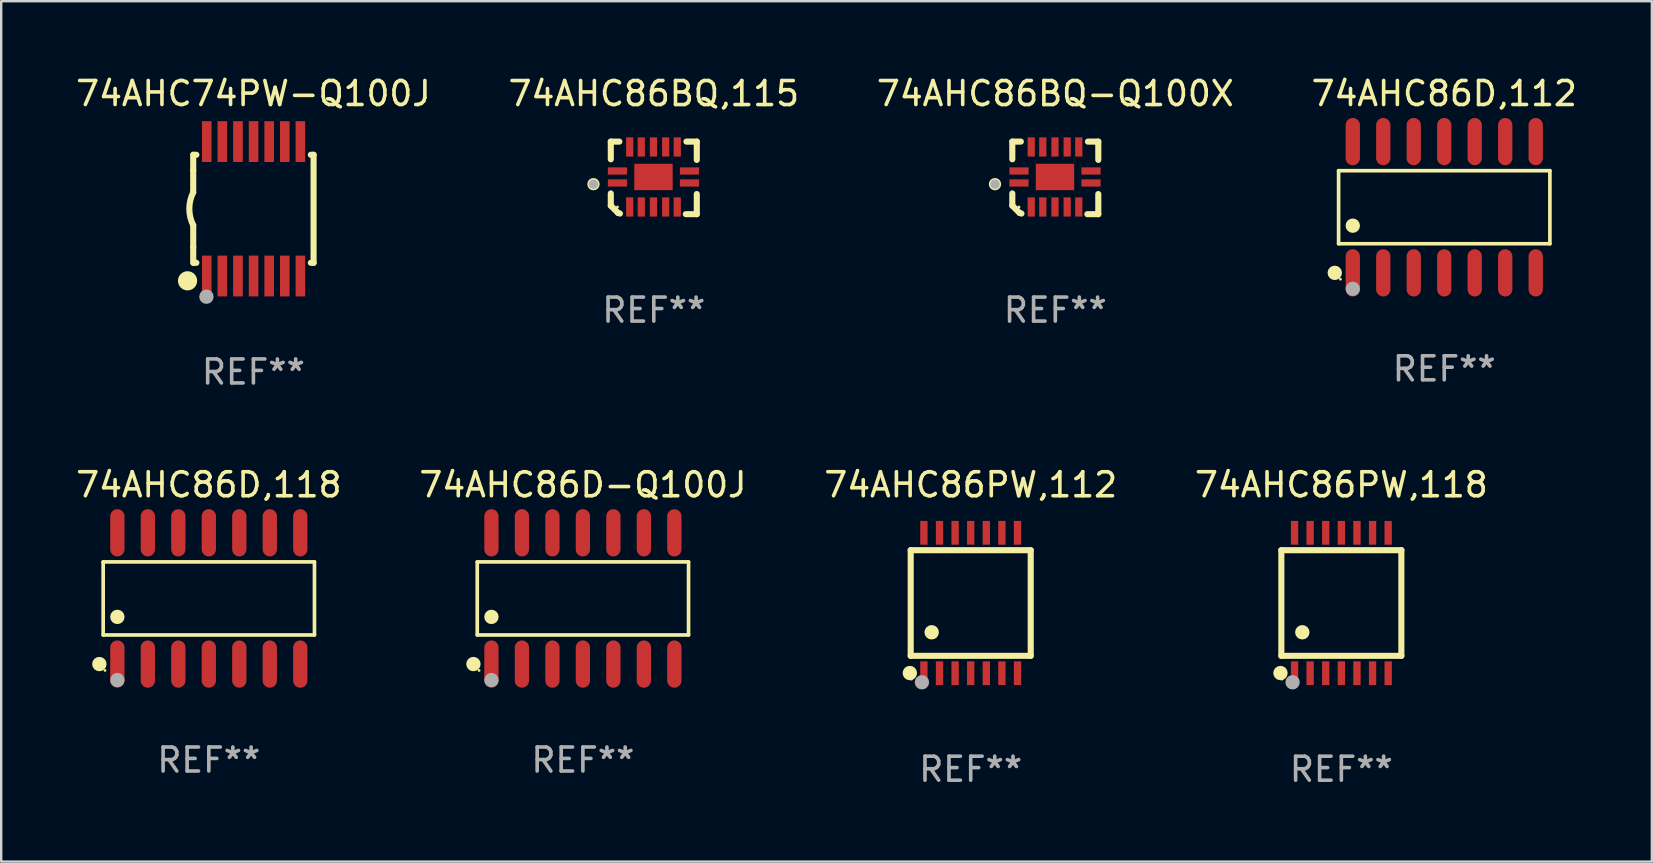
<source format=kicad_pcb>
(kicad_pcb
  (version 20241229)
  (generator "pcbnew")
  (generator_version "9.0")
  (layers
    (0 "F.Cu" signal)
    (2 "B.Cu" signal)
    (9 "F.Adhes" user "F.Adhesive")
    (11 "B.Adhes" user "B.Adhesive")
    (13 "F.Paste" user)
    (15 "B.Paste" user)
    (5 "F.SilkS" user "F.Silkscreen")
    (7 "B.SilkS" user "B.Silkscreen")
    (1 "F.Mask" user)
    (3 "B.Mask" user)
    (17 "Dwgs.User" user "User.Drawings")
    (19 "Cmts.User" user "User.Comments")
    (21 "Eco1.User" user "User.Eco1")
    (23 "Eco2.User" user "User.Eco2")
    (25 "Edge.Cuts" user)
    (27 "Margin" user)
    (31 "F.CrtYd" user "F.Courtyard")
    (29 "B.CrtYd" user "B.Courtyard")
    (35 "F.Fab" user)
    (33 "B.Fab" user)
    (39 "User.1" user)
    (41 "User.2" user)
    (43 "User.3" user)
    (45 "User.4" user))
  (footprint "74AHC86PW,112"
    (layer "F.Cu")
    (at 37.387 22.07)
    (property "Reference" "74AHC86PW,112" (at 0 -4.925 0) (layer "F.SilkS") (effects (font (size 1 1) (thickness 0.15))))
    (attr through_hole)
    (fp_line (start -2.5 2.2) (end -2.5 -2.2) (stroke (width 0.254) (type solid)) (layer "F.SilkS"))
    (fp_line (start -2.5 2.2) (end 2.5 2.2) (stroke (width 0.254) (type solid)) (layer "F.SilkS"))
    (fp_line (start 2.5 -2.2) (end -2.5 -2.2) (stroke (width 0.254) (type solid)) (layer "F.SilkS"))
    (fp_line (start 2.5 -2.2) (end 2.5 2.2) (stroke (width 0.254) (type solid)) (layer "F.SilkS"))
    (fp_circle (center -2.536 2.917) (end -2.386 2.917) (stroke (width 0.3) (type solid)) (fill no) (layer "F.SilkS"))
    (fp_circle (center -2.47 3.17) (end -2.44 3.17) (stroke (width 0.06) (type solid)) (fill no) (layer "F.SilkS"))
    (fp_circle (center -1.626 1.219) (end -1.475 1.219) (stroke (width 0.3) (type solid)) (fill no) (layer "F.SilkS"))
    (fp_circle (center -2.032 3.302) (end -1.882 3.302) (stroke (width 0.3) (type solid)) (fill no) (layer "F.Fab"))
    (fp_text user "REF**" (at 0 6.925 0) (layer "F.Fab") (effects (font (size 1 1) (thickness 0.15))))
    (pad "1" smd rect (at -1.95 2.925) (size 0.305 0.991) (layers "F.Cu" "F.Mask" "F.Paste"))
    (pad "2" smd rect (at -1.3 2.925) (size 0.305 0.991) (layers "F.Cu" "F.Mask" "F.Paste"))
    (pad "3" smd rect (at -0.65 2.925) (size 0.305 0.991) (layers "F.Cu" "F.Mask" "F.Paste"))
    (pad "4" smd rect (at 0 2.925) (size 0.305 0.991) (layers "F.Cu" "F.Mask" "F.Paste"))
    (pad "5" smd rect (at 0.65 2.925) (size 0.305 0.991) (layers "F.Cu" "F.Mask" "F.Paste"))
    (pad "6" smd rect (at 1.3 2.925) (size 0.305 0.991) (layers "F.Cu" "F.Mask" "F.Paste"))
    (pad "7" smd rect (at 1.95 2.925) (size 0.305 0.991) (layers "F.Cu" "F.Mask" "F.Paste"))
    (pad "8" smd rect (at 1.95 -2.925) (size 0.305 0.991) (layers "F.Cu" "F.Mask" "F.Paste"))
    (pad "9" smd rect (at 1.3 -2.925) (size 0.305 0.991) (layers "F.Cu" "F.Mask" "F.Paste"))
    (pad "10" smd rect (at 0.65 -2.925) (size 0.305 0.991) (layers "F.Cu" "F.Mask" "F.Paste"))
    (pad "11" smd rect (at 0 -2.925) (size 0.305 0.991) (layers "F.Cu" "F.Mask" "F.Paste"))
    (pad "12" smd rect (at -0.65 -2.925) (size 0.305 0.991) (layers "F.Cu" "F.Mask" "F.Paste"))
    (pad "13" smd rect (at -1.3 -2.925) (size 0.305 0.991) (layers "F.Cu" "F.Mask" "F.Paste"))
    (pad "14" smd rect (at -1.95 -2.925) (size 0.305 0.991) (layers "F.Cu" "F.Mask" "F.Paste")))
  (footprint "74AHC86D-Q100J"
    (layer "F.Cu")
    (at 21.232 21.879)
    (property "Reference" "74AHC86D-Q100J" (at 0 -4.734 0) (layer "F.SilkS") (effects (font (size 1 1) (thickness 0.15))))
    (attr through_hole)
    (fp_line (start -4.401 -1.521) (end 4.401 -1.521) (stroke (width 0.152) (type solid)) (layer "F.SilkS"))
    (fp_line (start -4.401 1.521) (end -4.401 -1.521) (stroke (width 0.152) (type solid)) (layer "F.SilkS"))
    (fp_line (start 4.401 -1.521) (end 4.401 1.521) (stroke (width 0.152) (type solid)) (layer "F.SilkS"))
    (fp_line (start 4.401 1.521) (end -4.401 1.521) (stroke (width 0.152) (type solid)) (layer "F.SilkS"))
    (fp_circle (center -4.56 2.734) (end -4.41 2.734) (stroke (width 0.3) (type solid)) (fill no) (layer "F.SilkS"))
    (fp_circle (center -4.325 3) (end -4.295 3) (stroke (width 0.06) (type solid)) (fill no) (layer "F.SilkS"))
    (fp_circle (center -3.81 0.769) (end -3.66 0.769) (stroke (width 0.3) (type solid)) (fill no) (layer "F.SilkS"))
    (fp_circle (center -3.81 3.4) (end -3.66 3.4) (stroke (width 0.3) (type solid)) (fill no) (layer "F.Fab"))
    (fp_text user "REF**" (at 0 6.734 0) (layer "F.Fab") (effects (font (size 1 1) (thickness 0.15))))
    (pad "1" smd oval (at -3.81 2.734) (size 0.595 1.968) (layers "F.Cu" "F.Mask" "F.Paste"))
    (pad "2" smd oval (at -2.54 2.734) (size 0.595 1.968) (layers "F.Cu" "F.Mask" "F.Paste"))
    (pad "3" smd oval (at -1.27 2.734) (size 0.595 1.968) (layers "F.Cu" "F.Mask" "F.Paste"))
    (pad "4" smd oval (at 0 2.734) (size 0.595 1.968) (layers "F.Cu" "F.Mask" "F.Paste"))
    (pad "5" smd oval (at 1.27 2.734) (size 0.595 1.968) (layers "F.Cu" "F.Mask" "F.Paste"))
    (pad "6" smd oval (at 2.54 2.734) (size 0.595 1.968) (layers "F.Cu" "F.Mask" "F.Paste"))
    (pad "7" smd oval (at 3.81 2.734) (size 0.595 1.968) (layers "F.Cu" "F.Mask" "F.Paste"))
    (pad "8" smd oval (at 3.81 -2.734) (size 0.595 1.968) (layers "F.Cu" "F.Mask" "F.Paste"))
    (pad "9" smd oval (at 2.54 -2.734) (size 0.595 1.968) (layers "F.Cu" "F.Mask" "F.Paste"))
    (pad "10" smd oval (at 1.27 -2.734) (size 0.595 1.968) (layers "F.Cu" "F.Mask" "F.Paste"))
    (pad "11" smd oval (at 0 -2.734) (size 0.595 1.968) (layers "F.Cu" "F.Mask" "F.Paste"))
    (pad "12" smd oval (at -1.27 -2.734) (size 0.595 1.968) (layers "F.Cu" "F.Mask" "F.Paste"))
    (pad "13" smd oval (at -2.54 -2.734) (size 0.595 1.968) (layers "F.Cu" "F.Mask" "F.Paste"))
    (pad "14" smd oval (at -3.81 -2.734) (size 0.595 1.968) (layers "F.Cu" "F.Mask" "F.Paste")))
  (footprint "74AHC86D,112"
    (layer "F.Cu")
    (at 57.113 5.582)
    (property "Reference" "74AHC86D,112" (at 0 -4.734 0) (layer "F.SilkS") (effects (font (size 1 1) (thickness 0.15))))
    (attr through_hole)
    (fp_line (start -4.401 -1.521) (end 4.401 -1.521) (stroke (width 0.152) (type solid)) (layer "F.SilkS"))
    (fp_line (start -4.401 1.521) (end -4.401 -1.521) (stroke (width 0.152) (type solid)) (layer "F.SilkS"))
    (fp_line (start 4.401 -1.521) (end 4.401 1.521) (stroke (width 0.152) (type solid)) (layer "F.SilkS"))
    (fp_line (start 4.401 1.521) (end -4.401 1.521) (stroke (width 0.152) (type solid)) (layer "F.SilkS"))
    (fp_circle (center -4.56 2.734) (end -4.41 2.734) (stroke (width 0.3) (type solid)) (fill no) (layer "F.SilkS"))
    (fp_circle (center -4.325 3) (end -4.295 3) (stroke (width 0.06) (type solid)) (fill no) (layer "F.SilkS"))
    (fp_circle (center -3.81 0.769) (end -3.66 0.769) (stroke (width 0.3) (type solid)) (fill no) (layer "F.SilkS"))
    (fp_circle (center -3.81 3.4) (end -3.66 3.4) (stroke (width 0.3) (type solid)) (fill no) (layer "F.Fab"))
    (fp_text user "REF**" (at 0 6.734 0) (layer "F.Fab") (effects (font (size 1 1) (thickness 0.15))))
    (pad "1" smd oval (at -3.81 2.734) (size 0.595 1.968) (layers "F.Cu" "F.Mask" "F.Paste"))
    (pad "2" smd oval (at -2.54 2.734) (size 0.595 1.968) (layers "F.Cu" "F.Mask" "F.Paste"))
    (pad "3" smd oval (at -1.27 2.734) (size 0.595 1.968) (layers "F.Cu" "F.Mask" "F.Paste"))
    (pad "4" smd oval (at 0 2.734) (size 0.595 1.968) (layers "F.Cu" "F.Mask" "F.Paste"))
    (pad "5" smd oval (at 1.27 2.734) (size 0.595 1.968) (layers "F.Cu" "F.Mask" "F.Paste"))
    (pad "6" smd oval (at 2.54 2.734) (size 0.595 1.968) (layers "F.Cu" "F.Mask" "F.Paste"))
    (pad "7" smd oval (at 3.81 2.734) (size 0.595 1.968) (layers "F.Cu" "F.Mask" "F.Paste"))
    (pad "8" smd oval (at 3.81 -2.734) (size 0.595 1.968) (layers "F.Cu" "F.Mask" "F.Paste"))
    (pad "9" smd oval (at 2.54 -2.734) (size 0.595 1.968) (layers "F.Cu" "F.Mask" "F.Paste"))
    (pad "10" smd oval (at 1.27 -2.734) (size 0.595 1.968) (layers "F.Cu" "F.Mask" "F.Paste"))
    (pad "11" smd oval (at 0 -2.734) (size 0.595 1.968) (layers "F.Cu" "F.Mask" "F.Paste"))
    (pad "12" smd oval (at -1.27 -2.734) (size 0.595 1.968) (layers "F.Cu" "F.Mask" "F.Paste"))
    (pad "13" smd oval (at -2.54 -2.734) (size 0.595 1.968) (layers "F.Cu" "F.Mask" "F.Paste"))
    (pad "14" smd oval (at -3.81 -2.734) (size 0.595 1.968) (layers "F.Cu" "F.Mask" "F.Paste")))
  (footprint "74AHC86PW,118"
    (layer "F.Cu")
    (at 52.827 22.07)
    (property "Reference" "74AHC86PW,118" (at 0 -4.925 0) (layer "F.SilkS") (effects (font (size 1 1) (thickness 0.15))))
    (attr through_hole)
    (fp_line (start -2.5 2.2) (end -2.5 -2.2) (stroke (width 0.254) (type solid)) (layer "F.SilkS"))
    (fp_line (start -2.5 2.2) (end 2.5 2.2) (stroke (width 0.254) (type solid)) (layer "F.SilkS"))
    (fp_line (start 2.5 -2.2) (end -2.5 -2.2) (stroke (width 0.254) (type solid)) (layer "F.SilkS"))
    (fp_line (start 2.5 -2.2) (end 2.5 2.2) (stroke (width 0.254) (type solid)) (layer "F.SilkS"))
    (fp_circle (center -2.536 2.917) (end -2.386 2.917) (stroke (width 0.3) (type solid)) (fill no) (layer "F.SilkS"))
    (fp_circle (center -2.47 3.17) (end -2.44 3.17) (stroke (width 0.06) (type solid)) (fill no) (layer "F.SilkS"))
    (fp_circle (center -1.626 1.219) (end -1.475 1.219) (stroke (width 0.3) (type solid)) (fill no) (layer "F.SilkS"))
    (fp_circle (center -2.032 3.302) (end -1.882 3.302) (stroke (width 0.3) (type solid)) (fill no) (layer "F.Fab"))
    (fp_text user "REF**" (at 0 6.925 0) (layer "F.Fab") (effects (font (size 1 1) (thickness 0.15))))
    (pad "1" smd rect (at -1.95 2.925) (size 0.305 0.991) (layers "F.Cu" "F.Mask" "F.Paste"))
    (pad "2" smd rect (at -1.3 2.925) (size 0.305 0.991) (layers "F.Cu" "F.Mask" "F.Paste"))
    (pad "3" smd rect (at -0.65 2.925) (size 0.305 0.991) (layers "F.Cu" "F.Mask" "F.Paste"))
    (pad "4" smd rect (at 0 2.925) (size 0.305 0.991) (layers "F.Cu" "F.Mask" "F.Paste"))
    (pad "5" smd rect (at 0.65 2.925) (size 0.305 0.991) (layers "F.Cu" "F.Mask" "F.Paste"))
    (pad "6" smd rect (at 1.3 2.925) (size 0.305 0.991) (layers "F.Cu" "F.Mask" "F.Paste"))
    (pad "7" smd rect (at 1.95 2.925) (size 0.305 0.991) (layers "F.Cu" "F.Mask" "F.Paste"))
    (pad "8" smd rect (at 1.95 -2.925) (size 0.305 0.991) (layers "F.Cu" "F.Mask" "F.Paste"))
    (pad "9" smd rect (at 1.3 -2.925) (size 0.305 0.991) (layers "F.Cu" "F.Mask" "F.Paste"))
    (pad "10" smd rect (at 0.65 -2.925) (size 0.305 0.991) (layers "F.Cu" "F.Mask" "F.Paste"))
    (pad "11" smd rect (at 0 -2.925) (size 0.305 0.991) (layers "F.Cu" "F.Mask" "F.Paste"))
    (pad "12" smd rect (at -0.65 -2.925) (size 0.305 0.991) (layers "F.Cu" "F.Mask" "F.Paste"))
    (pad "13" smd rect (at -1.3 -2.925) (size 0.305 0.991) (layers "F.Cu" "F.Mask" "F.Paste"))
    (pad "14" smd rect (at -1.95 -2.925) (size 0.305 0.991) (layers "F.Cu" "F.Mask" "F.Paste")))
  (footprint "74AHC86D,118"
    (layer "F.Cu")
    (at 5.649 21.879)
    (property "Reference" "74AHC86D,118" (at 0 -4.734 0) (layer "F.SilkS") (effects (font (size 1 1) (thickness 0.15))))
    (attr through_hole)
    (fp_line (start -4.401 -1.521) (end 4.401 -1.521) (stroke (width 0.152) (type solid)) (layer "F.SilkS"))
    (fp_line (start -4.401 1.521) (end -4.401 -1.521) (stroke (width 0.152) (type solid)) (layer "F.SilkS"))
    (fp_line (start 4.401 -1.521) (end 4.401 1.521) (stroke (width 0.152) (type solid)) (layer "F.SilkS"))
    (fp_line (start 4.401 1.521) (end -4.401 1.521) (stroke (width 0.152) (type solid)) (layer "F.SilkS"))
    (fp_circle (center -4.56 2.734) (end -4.41 2.734) (stroke (width 0.3) (type solid)) (fill no) (layer "F.SilkS"))
    (fp_circle (center -4.325 3) (end -4.295 3) (stroke (width 0.06) (type solid)) (fill no) (layer "F.SilkS"))
    (fp_circle (center -3.81 0.769) (end -3.66 0.769) (stroke (width 0.3) (type solid)) (fill no) (layer "F.SilkS"))
    (fp_circle (center -3.81 3.4) (end -3.66 3.4) (stroke (width 0.3) (type solid)) (fill no) (layer "F.Fab"))
    (fp_text user "REF**" (at 0 6.734 0) (layer "F.Fab") (effects (font (size 1 1) (thickness 0.15))))
    (pad "1" smd oval (at -3.81 2.734) (size 0.595 1.968) (layers "F.Cu" "F.Mask" "F.Paste"))
    (pad "2" smd oval (at -2.54 2.734) (size 0.595 1.968) (layers "F.Cu" "F.Mask" "F.Paste"))
    (pad "3" smd oval (at -1.27 2.734) (size 0.595 1.968) (layers "F.Cu" "F.Mask" "F.Paste"))
    (pad "4" smd oval (at 0 2.734) (size 0.595 1.968) (layers "F.Cu" "F.Mask" "F.Paste"))
    (pad "5" smd oval (at 1.27 2.734) (size 0.595 1.968) (layers "F.Cu" "F.Mask" "F.Paste"))
    (pad "6" smd oval (at 2.54 2.734) (size 0.595 1.968) (layers "F.Cu" "F.Mask" "F.Paste"))
    (pad "7" smd oval (at 3.81 2.734) (size 0.595 1.968) (layers "F.Cu" "F.Mask" "F.Paste"))
    (pad "8" smd oval (at 3.81 -2.734) (size 0.595 1.968) (layers "F.Cu" "F.Mask" "F.Paste"))
    (pad "9" smd oval (at 2.54 -2.734) (size 0.595 1.968) (layers "F.Cu" "F.Mask" "F.Paste"))
    (pad "10" smd oval (at 1.27 -2.734) (size 0.595 1.968) (layers "F.Cu" "F.Mask" "F.Paste"))
    (pad "11" smd oval (at 0 -2.734) (size 0.595 1.968) (layers "F.Cu" "F.Mask" "F.Paste"))
    (pad "12" smd oval (at -1.27 -2.734) (size 0.595 1.968) (layers "F.Cu" "F.Mask" "F.Paste"))
    (pad "13" smd oval (at -2.54 -2.734) (size 0.595 1.968) (layers "F.Cu" "F.Mask" "F.Paste"))
    (pad "14" smd oval (at -3.81 -2.734) (size 0.595 1.968) (layers "F.Cu" "F.Mask" "F.Paste")))
  (footprint "74AHC86BQ,115"
    (layer "F.Cu")
    (at 24.185 4.36)
    (property "Reference" "74AHC86BQ,115" (at 0 -3.511 0) (layer "F.SilkS") (effects (font (size 1 1) (thickness 0.15))))
    (attr through_hole)
    (fp_line (start -1.791 -1.511) (end -1.435 -1.511) (stroke (width 0.254) (type solid)) (layer "F.SilkS"))
    (fp_line (start -1.791 -0.775) (end -1.791 -1.511) (stroke (width 0.254) (type solid)) (layer "F.SilkS"))
    (fp_line (start -1.791 1.156) (end -1.791 0.648) (stroke (width 0.254) (type solid)) (layer "F.SilkS"))
    (fp_line (start -1.486 1.461) (end -1.791 1.156) (stroke (width 0.254) (type solid)) (layer "F.SilkS"))
    (fp_line (start -1.41 1.486) (end -1.486 1.461) (stroke (width 0.254) (type solid)) (layer "F.SilkS"))
    (fp_line (start 1.334 1.511) (end 1.791 1.511) (stroke (width 0.254) (type solid)) (layer "F.SilkS"))
    (fp_line (start 1.791 -1.511) (end 1.359 -1.511) (stroke (width 0.254) (type solid)) (layer "F.SilkS"))
    (fp_line (start 1.791 -0.749) (end 1.791 -1.511) (stroke (width 0.254) (type solid)) (layer "F.SilkS"))
    (fp_line (start 1.791 1.511) (end 1.791 0.673) (stroke (width 0.254) (type solid)) (layer "F.SilkS"))
    (fp_circle (center -2.513 0.262) (end -2.383 0.262) (stroke (width 0.254) (type solid)) (fill no) (layer "F.SilkS"))
    (fp_circle (center -1.513 1.212) (end -1.483 1.212) (stroke (width 0.06) (type solid)) (fill no) (layer "F.SilkS"))
    (fp_circle (center -2.513 0.262) (end -2.413 0.262) (stroke (width 0.2) (type solid)) (fill no) (layer "F.Fab"))
    (fp_text user "REF**" (at 0 5.511 0) (layer "F.Fab") (effects (font (size 1 1) (thickness 0.15))))
    (pad "1" smd rect (at -1.513 0.212) (size 0.8 0.3) (layers "F.Cu" "F.Mask" "F.Paste"))
    (pad "2" smd rect (at -1.003 1.212) (size 0.3 0.8) (layers "F.Cu" "F.Mask" "F.Paste"))
    (pad "3" smd rect (at -0.521 1.212) (size 0.3 0.8) (layers "F.Cu" "F.Mask" "F.Paste"))
    (pad "4" smd rect (at -0.013 1.212) (size 0.3 0.8) (layers "F.Cu" "F.Mask" "F.Paste"))
    (pad "5" smd rect (at 0.495 1.212) (size 0.3 0.8) (layers "F.Cu" "F.Mask" "F.Paste"))
    (pad "6" smd rect (at 0.978 1.212) (size 0.3 0.8) (layers "F.Cu" "F.Mask" "F.Paste"))
    (pad "7" smd rect (at 1.487 0.212) (size 0.8 0.3) (layers "F.Cu" "F.Mask" "F.Paste"))
    (pad "8" smd rect (at 1.487 -0.288) (size 0.8 0.3) (layers "F.Cu" "F.Mask" "F.Paste"))
    (pad "9" smd rect (at 0.978 -1.288) (size 0.3 0.8) (layers "F.Cu" "F.Mask" "F.Paste"))
    (pad "10" smd rect (at 0.495 -1.288) (size 0.3 0.8) (layers "F.Cu" "F.Mask" "F.Paste"))
    (pad "11" smd rect (at -0.013 -1.288) (size 0.3 0.8) (layers "F.Cu" "F.Mask" "F.Paste"))
    (pad "12" smd rect (at -0.521 -1.288) (size 0.3 0.8) (layers "F.Cu" "F.Mask" "F.Paste"))
    (pad "13" smd rect (at -1.003 -1.288) (size 0.3 0.8) (layers "F.Cu" "F.Mask" "F.Paste"))
    (pad "14" smd rect (at -1.513 -0.288) (size 0.8 0.3) (layers "F.Cu" "F.Mask" "F.Paste"))
    (pad "15" smd rect (at -0.013 -0.038 90) (size 1.1 1.6) (layers "F.Cu" "F.Mask" "F.Paste")))
  (footprint "74AHC86BQ-Q100X"
    (layer "F.Cu")
    (at 40.911 4.36)
    (property "Reference" "74AHC86BQ-Q100X" (at 0 -3.511 0) (layer "F.SilkS") (effects (font (size 1 1) (thickness 0.15))))
    (attr through_hole)
    (fp_line (start -1.791 -1.511) (end -1.435 -1.511) (stroke (width 0.254) (type solid)) (layer "F.SilkS"))
    (fp_line (start -1.791 -0.775) (end -1.791 -1.511) (stroke (width 0.254) (type solid)) (layer "F.SilkS"))
    (fp_line (start -1.791 1.156) (end -1.791 0.648) (stroke (width 0.254) (type solid)) (layer "F.SilkS"))
    (fp_line (start -1.486 1.461) (end -1.791 1.156) (stroke (width 0.254) (type solid)) (layer "F.SilkS"))
    (fp_line (start -1.41 1.486) (end -1.486 1.461) (stroke (width 0.254) (type solid)) (layer "F.SilkS"))
    (fp_line (start 1.334 1.511) (end 1.791 1.511) (stroke (width 0.254) (type solid)) (layer "F.SilkS"))
    (fp_line (start 1.791 -1.511) (end 1.359 -1.511) (stroke (width 0.254) (type solid)) (layer "F.SilkS"))
    (fp_line (start 1.791 -0.749) (end 1.791 -1.511) (stroke (width 0.254) (type solid)) (layer "F.SilkS"))
    (fp_line (start 1.791 1.511) (end 1.791 0.673) (stroke (width 0.254) (type solid)) (layer "F.SilkS"))
    (fp_circle (center -2.513 0.262) (end -2.383 0.262) (stroke (width 0.254) (type solid)) (fill no) (layer "F.SilkS"))
    (fp_circle (center -1.513 1.212) (end -1.483 1.212) (stroke (width 0.06) (type solid)) (fill no) (layer "F.SilkS"))
    (fp_circle (center -2.513 0.262) (end -2.413 0.262) (stroke (width 0.2) (type solid)) (fill no) (layer "F.Fab"))
    (fp_text user "REF**" (at 0 5.511 0) (layer "F.Fab") (effects (font (size 1 1) (thickness 0.15))))
    (pad "1" smd rect (at -1.513 0.212) (size 0.8 0.3) (layers "F.Cu" "F.Mask" "F.Paste"))
    (pad "2" smd rect (at -1.003 1.212) (size 0.3 0.8) (layers "F.Cu" "F.Mask" "F.Paste"))
    (pad "3" smd rect (at -0.521 1.212) (size 0.3 0.8) (layers "F.Cu" "F.Mask" "F.Paste"))
    (pad "4" smd rect (at -0.013 1.212) (size 0.3 0.8) (layers "F.Cu" "F.Mask" "F.Paste"))
    (pad "5" smd rect (at 0.495 1.212) (size 0.3 0.8) (layers "F.Cu" "F.Mask" "F.Paste"))
    (pad "6" smd rect (at 0.978 1.212) (size 0.3 0.8) (layers "F.Cu" "F.Mask" "F.Paste"))
    (pad "7" smd rect (at 1.487 0.212) (size 0.8 0.3) (layers "F.Cu" "F.Mask" "F.Paste"))
    (pad "8" smd rect (at 1.487 -0.288) (size 0.8 0.3) (layers "F.Cu" "F.Mask" "F.Paste"))
    (pad "9" smd rect (at 0.978 -1.288) (size 0.3 0.8) (layers "F.Cu" "F.Mask" "F.Paste"))
    (pad "10" smd rect (at 0.495 -1.288) (size 0.3 0.8) (layers "F.Cu" "F.Mask" "F.Paste"))
    (pad "11" smd rect (at -0.013 -1.288) (size 0.3 0.8) (layers "F.Cu" "F.Mask" "F.Paste"))
    (pad "12" smd rect (at -0.521 -1.288) (size 0.3 0.8) (layers "F.Cu" "F.Mask" "F.Paste"))
    (pad "13" smd rect (at -1.003 -1.288) (size 0.3 0.8) (layers "F.Cu" "F.Mask" "F.Paste"))
    (pad "14" smd rect (at -1.513 -0.288) (size 0.8 0.3) (layers "F.Cu" "F.Mask" "F.Paste"))
    (pad "15" smd rect (at -0.013 -0.038 90) (size 1.1 1.6) (layers "F.Cu" "F.Mask" "F.Paste")))
  (footprint "74AHC74PW-Q100J"
    (layer "F.Cu")
    (at 7.506 5.648)
    (property "Reference" "74AHC74PW-Q100J" (at 0 -4.8 0) (layer "F.SilkS") (effects (font (size 1 1) (thickness 0.15))))
    (attr through_hole)
    (fp_line (start -2.507 -1.6) (end -2.507 -2.25) (stroke (width 0.254) (type solid)) (layer "F.SilkS"))
    (fp_line (start -2.507 -0.686) (end -2.507 -1.6) (stroke (width 0.254) (type solid)) (layer "F.SilkS"))
    (fp_line (start -2.507 1.6) (end -2.507 0.686) (stroke (width 0.254) (type solid)) (layer "F.SilkS"))
    (fp_line (start -2.507 1.6) (end -2.507 2.25) (stroke (width 0.254) (type solid)) (layer "F.SilkS"))
    (fp_line (start -2.493 -2.25) (end -2.377 -2.25) (stroke (width 0.254) (type solid)) (layer "F.SilkS"))
    (fp_line (start -2.377 2.25) (end -2.493 2.25) (stroke (width 0.254) (type solid)) (layer "F.SilkS"))
    (fp_line (start 2.392 -2.25) (end 2.507 -2.25) (stroke (width 0.254) (type solid)) (layer "F.SilkS"))
    (fp_line (start 2.507 -2.25) (end 2.507 2.25) (stroke (width 0.254) (type solid)) (layer "F.SilkS"))
    (fp_line (start 2.507 2.25) (end 2.392 2.25) (stroke (width 0.254) (type solid)) (layer "F.SilkS"))
    (fp_arc (start -2.507303 0.685802) (mid -2.669199 0) (end -2.507303 -0.685801) (stroke (width 0.254001) (type solid)) (layer "F.SilkS"))
    (fp_circle (center -2.743 3) (end -2.543 3) (stroke (width 0.4) (type solid)) (fill no) (layer "F.SilkS"))
    (fp_circle (center -2.493 3.2) (end -2.463 3.2) (stroke (width 0.06) (type solid)) (fill no) (layer "F.SilkS"))
    (fp_circle (center -1.957 3.662) (end -1.807 3.662) (stroke (width 0.3) (type solid)) (fill no) (layer "F.Fab"))
    (fp_text user "REF**" (at 0 6.8 0) (layer "F.Fab") (effects (font (size 1 1) (thickness 0.15))))
    (pad "1" smd rect (at -1.943 2.8) (size 0.4 1.7) (layers "F.Cu" "F.Mask" "F.Paste"))
    (pad "2" smd rect (at -1.293 2.8) (size 0.4 1.7) (layers "F.Cu" "F.Mask" "F.Paste"))
    (pad "3" smd rect (at -0.643 2.8) (size 0.4 1.7) (layers "F.Cu" "F.Mask" "F.Paste"))
    (pad "4" smd rect (at 0.007 2.8) (size 0.4 1.7) (layers "F.Cu" "F.Mask" "F.Paste"))
    (pad "5" smd rect (at 0.657 2.8) (size 0.4 1.7) (layers "F.Cu" "F.Mask" "F.Paste"))
    (pad "6" smd rect (at 1.307 2.8) (size 0.4 1.7) (layers "F.Cu" "F.Mask" "F.Paste"))
    (pad "7" smd rect (at 1.957 2.8) (size 0.4 1.7) (layers "F.Cu" "F.Mask" "F.Paste"))
    (pad "8" smd rect (at 1.957 -2.8) (size 0.4 1.7) (layers "F.Cu" "F.Mask" "F.Paste"))
    (pad "9" smd rect (at 1.307 -2.8) (size 0.4 1.7) (layers "F.Cu" "F.Mask" "F.Paste"))
    (pad "10" smd rect (at 0.657 -2.8) (size 0.4 1.7) (layers "F.Cu" "F.Mask" "F.Paste"))
    (pad "11" smd rect (at 0.007 -2.8) (size 0.4 1.7) (layers "F.Cu" "F.Mask" "F.Paste"))
    (pad "12" smd rect (at -0.643 -2.8) (size 0.4 1.7) (layers "F.Cu" "F.Mask" "F.Paste"))
    (pad "13" smd rect (at -1.293 -2.8) (size 0.4 1.7) (layers "F.Cu" "F.Mask" "F.Paste"))
    (pad "14" smd rect (at -1.943 -2.8) (size 0.4 1.7) (layers "F.Cu" "F.Mask" "F.Paste")))
  (gr_rect
    (start -3 -3)
    (end 65.762 32.843)
    (stroke (width 0.1) (type default))
    (fill no)
    (layer "Edge.Cuts")))
</source>
